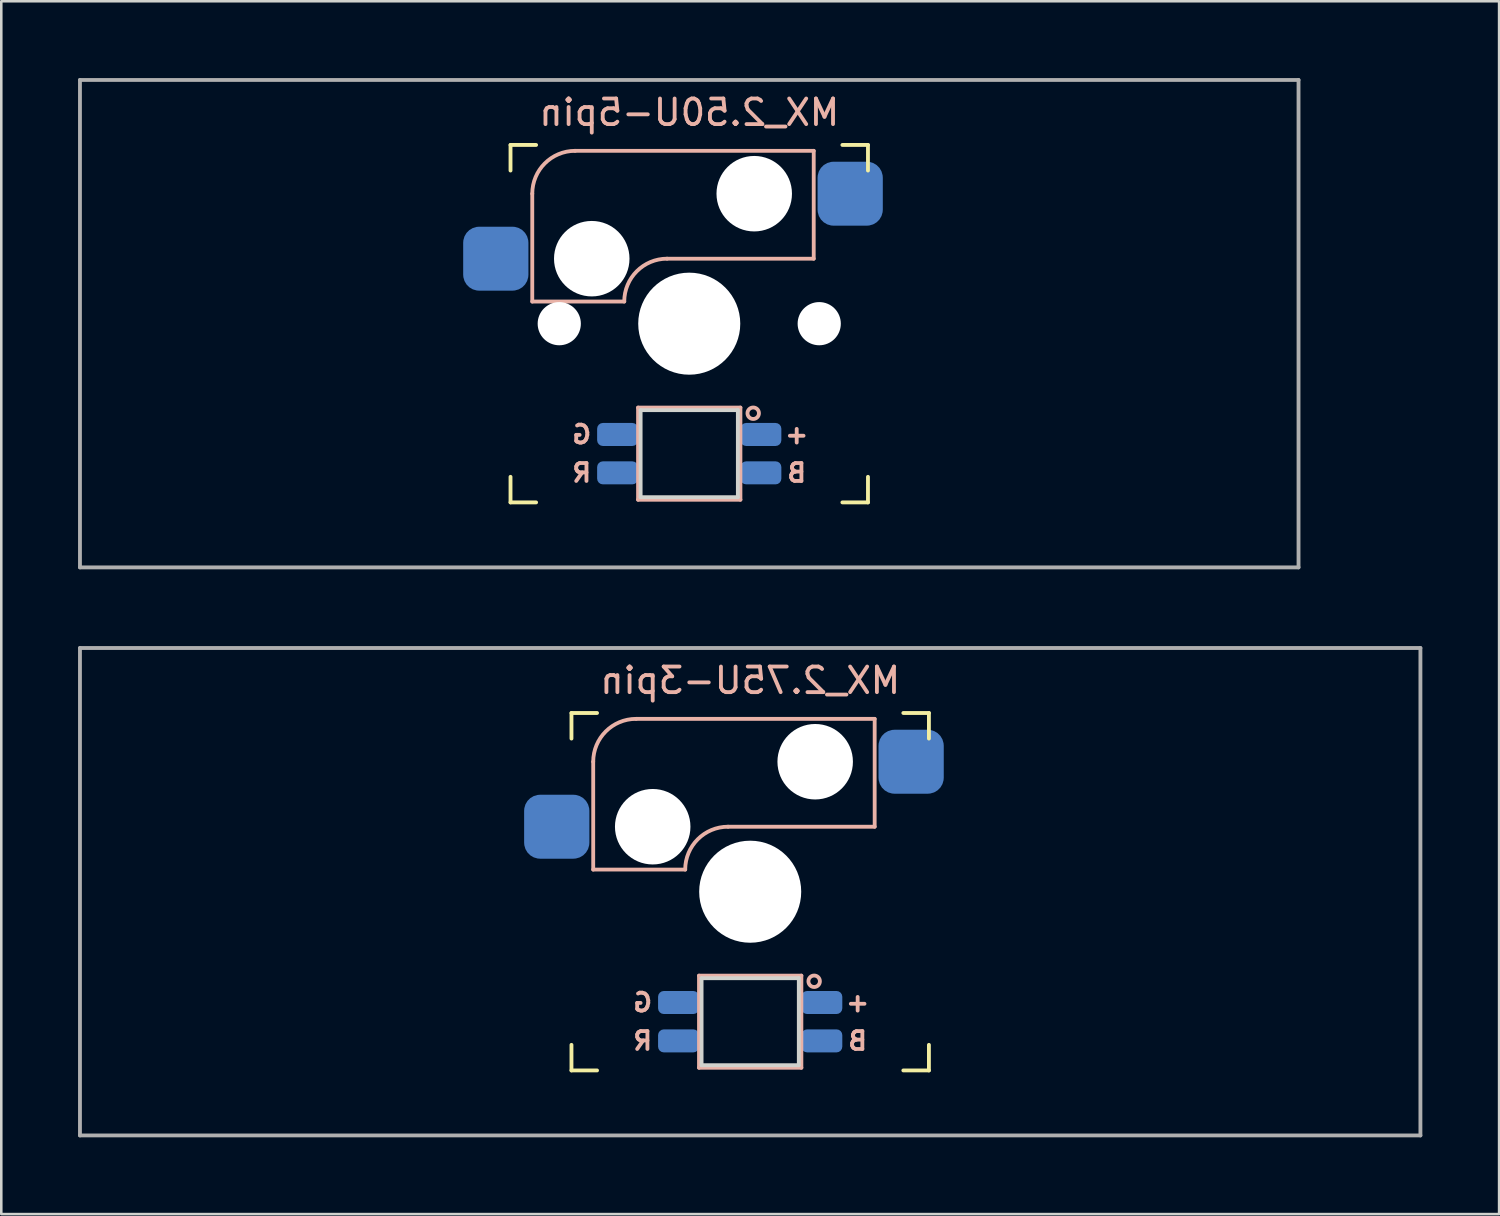
<source format=kicad_pcb>
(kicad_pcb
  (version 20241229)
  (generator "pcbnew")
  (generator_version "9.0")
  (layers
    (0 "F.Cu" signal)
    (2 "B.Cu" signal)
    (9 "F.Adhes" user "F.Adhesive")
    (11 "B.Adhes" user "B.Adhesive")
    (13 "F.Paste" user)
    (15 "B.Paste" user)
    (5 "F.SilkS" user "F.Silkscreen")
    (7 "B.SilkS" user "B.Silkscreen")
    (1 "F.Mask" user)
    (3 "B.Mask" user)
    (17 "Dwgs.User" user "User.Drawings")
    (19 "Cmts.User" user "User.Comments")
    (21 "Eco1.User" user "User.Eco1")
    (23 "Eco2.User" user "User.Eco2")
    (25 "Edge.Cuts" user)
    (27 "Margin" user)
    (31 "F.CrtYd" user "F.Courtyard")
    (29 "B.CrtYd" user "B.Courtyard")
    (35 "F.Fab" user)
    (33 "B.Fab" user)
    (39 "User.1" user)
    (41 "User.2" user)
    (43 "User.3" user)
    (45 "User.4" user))
  (footprint "MX_2.50U-5pin"
    (layer "F.Cu")
    (at 23.887 9.6)
    (property "Reference" "MX_2.50U-5pin" (at 0 -8.255 0) (layer "B.SilkS") (effects (font (size 1 1) (thickness 0.15)) (justify mirror)))
    (attr smd)
    (fp_line (start -6.985 -5.985) (end -6.985 -6.985) (stroke (width 0.15) (type solid)) (layer "F.SilkS"))
    (fp_line (start -6.985 6.985) (end -6.985 5.985) (stroke (width 0.15) (type solid)) (layer "F.SilkS"))
    (fp_line (start -6.985 6.985) (end -5.985 6.985) (stroke (width 0.15) (type solid)) (layer "F.SilkS"))
    (fp_line (start -5.985 -6.985) (end -6.985 -6.985) (stroke (width 0.15) (type solid)) (layer "F.SilkS"))
    (fp_line (start 5.985 6.985) (end 6.985 6.985) (stroke (width 0.15) (type solid)) (layer "F.SilkS"))
    (fp_line (start 6.985 -6.985) (end 5.985 -6.985) (stroke (width 0.15) (type solid)) (layer "F.SilkS"))
    (fp_line (start 6.985 -6.985) (end 6.985 -5.985) (stroke (width 0.15) (type solid)) (layer "F.SilkS"))
    (fp_line (start 6.985 5.985) (end 6.985 6.985) (stroke (width 0.15) (type solid)) (layer "F.SilkS"))
    (fp_line (start -6.135 -5.08) (end -6.135 -0.865) (stroke (width 0.15) (type solid)) (layer "B.SilkS"))
    (fp_line (start -6.135 -0.865) (end -2.54 -0.865) (stroke (width 0.15) (type solid)) (layer "B.SilkS"))
    (fp_line (start -4.46 -6.755) (end 4.865 -6.755) (stroke (width 0.15) (type solid)) (layer "B.SilkS"))
    (fp_line (start -2 3.28) (end -2 6.88) (stroke (width 0.15) (type solid)) (layer "B.SilkS"))
    (fp_line (start -2 6.88) (end 2 6.88) (stroke (width 0.15) (type solid)) (layer "B.SilkS"))
    (fp_line (start -0.865 -2.54) (end 4.865 -2.54) (stroke (width 0.15) (type solid)) (layer "B.SilkS"))
    (fp_line (start 2 3.28) (end -2 3.28) (stroke (width 0.15) (type solid)) (layer "B.SilkS"))
    (fp_line (start 2 6.88) (end 2 3.28) (stroke (width 0.15) (type solid)) (layer "B.SilkS"))
    (fp_line (start 4.865 -6.755) (end 4.865 -2.54) (stroke (width 0.15) (type solid)) (layer "B.SilkS"))
    (fp_arc (start -6.135 -5.08) (mid -5.644404 -6.264404) (end -4.46 -6.755) (stroke (width 0.15) (type solid)) (layer "B.SilkS"))
    (fp_arc (start -2.54 -0.865) (mid -2.049404 -2.049404) (end -0.865 -2.54) (stroke (width 0.15) (type solid)) (layer "B.SilkS"))
    (fp_circle (center 2.5 3.5) (end 2.724 3.5) (stroke (width 0.15) (type solid)) (fill no) (layer "B.SilkS"))
    (fp_line (start -6.985 6.985) (end -6.985 -6.985) (stroke (width 0.15) (type solid)) (layer "Eco2.User"))
    (fp_line (start -6.985 6.985) (end 6.985 6.985) (stroke (width 0.15) (type solid)) (layer "Eco2.User"))
    (fp_line (start 6.985 -6.985) (end -6.985 -6.985) (stroke (width 0.15) (type solid)) (layer "Eco2.User"))
    (fp_line (start 6.985 -6.985) (end 6.985 6.985) (stroke (width 0.15) (type solid)) (layer "Eco2.User"))
    (fp_line (start -1.9 3.38) (end -1.9 6.78) (stroke (width 0.15) (type solid)) (layer "Edge.Cuts"))
    (fp_line (start -1.9 3.38) (end 1.9 3.38) (stroke (width 0.15) (type solid)) (layer "Edge.Cuts"))
    (fp_line (start -1.9 6.78) (end 1.9 6.78) (stroke (width 0.15) (type solid)) (layer "Edge.Cuts"))
    (fp_line (start 1.9 3.38) (end 1.9 6.78) (stroke (width 0.15) (type solid)) (layer "Edge.Cuts"))
    (fp_line (start -23.812 -9.525) (end 23.812 -9.525) (stroke (width 0.15) (type solid)) (layer "F.Fab"))
    (fp_line (start -23.812 9.525) (end -23.812 -9.525) (stroke (width 0.15) (type solid)) (layer "F.Fab"))
    (fp_line (start 23.812 -9.525) (end 23.812 9.525) (stroke (width 0.15) (type solid)) (layer "F.Fab"))
    (fp_line (start 23.812 9.525) (end -23.812 9.525) (stroke (width 0.15) (type solid)) (layer "F.Fab"))
    (fp_text user "G" (at -4.2 4.33 0) (layer "B.SilkS") (effects (font (size 0.7 0.7) (thickness 0.15)) (justify mirror)))
    (fp_text user "+" (at 4.2 4.33 0) (layer "B.SilkS") (effects (font (size 0.7 0.7) (thickness 0.15)) (justify mirror)))
    (fp_text user "R" (at -4.2 5.83 0) (layer "B.SilkS") (effects (font (size 0.7 0.7) (thickness 0.15)) (justify mirror)))
    (fp_text user "B" (at 4.2 5.83 0) (layer "B.SilkS") (effects (font (size 0.7 0.7) (thickness 0.15)) (justify mirror)))
    (pad "" np_thru_hole circle (at -5.08 0) (size 1.688 1.688) (drill 1.688) (layers "*.Cu" "*.Mask"))
    (pad "" np_thru_hole circle (at -3.81 -2.54) (size 2.95 2.95) (drill 2.95) (layers "*.Cu" "*.Mask"))
    (pad "" np_thru_hole circle (at 0 0) (size 3.988 3.988) (drill 3.988) (layers "*.Cu" "*.Mask"))
    (pad "" np_thru_hole circle (at 2.54 -5.08) (size 2.95 2.95) (drill 2.95) (layers "*.Cu" "*.Mask"))
    (pad "" np_thru_hole circle (at 5.08 0) (size 1.688 1.688) (drill 1.688) (layers "*.Cu" "*.Mask"))
    (pad "1" smd roundrect (at 6.29 -5.08) (size 2.55 2.5) (layers "B.Cu" "B.Mask" "B.Paste") (roundrect_rratio 0.25))
    (pad "2" smd roundrect (at -7.56 -2.54) (size 2.55 2.5) (layers "B.Cu" "B.Mask" "B.Paste") (roundrect_rratio 0.25))
    (pad "3" smd roundrect (at 2.8 4.33) (size 1.6 0.9) (layers "B.Cu" "B.Mask" "B.Paste") (roundrect_rratio 0.25))
    (pad "4" smd roundrect (at -2.8 5.83) (size 1.6 0.9) (layers "B.Cu" "B.Mask" "B.Paste") (roundrect_rratio 0.25))
    (pad "5" smd roundrect (at -2.8 4.33) (size 1.6 0.9) (layers "B.Cu" "B.Mask" "B.Paste") (roundrect_rratio 0.25))
    (pad "6" smd roundrect (at 2.8 5.83) (size 1.6 0.9) (layers "B.Cu" "B.Mask" "B.Paste") (roundrect_rratio 0.25)))
  (footprint "MX_2.75U-3pin"
    (layer "F.Cu")
    (at 26.269 31.8)
    (property "Reference" "MX_2.75U-3pin" (at 0 -8.255 0) (layer "B.SilkS") (effects (font (size 1 1) (thickness 0.15)) (justify mirror)))
    (attr smd)
    (fp_line (start -6.985 -5.985) (end -6.985 -6.985) (stroke (width 0.15) (type solid)) (layer "F.SilkS"))
    (fp_line (start -6.985 6.985) (end -6.985 5.985) (stroke (width 0.15) (type solid)) (layer "F.SilkS"))
    (fp_line (start -6.985 6.985) (end -5.985 6.985) (stroke (width 0.15) (type solid)) (layer "F.SilkS"))
    (fp_line (start -5.985 -6.985) (end -6.985 -6.985) (stroke (width 0.15) (type solid)) (layer "F.SilkS"))
    (fp_line (start 5.985 6.985) (end 6.985 6.985) (stroke (width 0.15) (type solid)) (layer "F.SilkS"))
    (fp_line (start 6.985 -6.985) (end 5.985 -6.985) (stroke (width 0.15) (type solid)) (layer "F.SilkS"))
    (fp_line (start 6.985 -6.985) (end 6.985 -5.985) (stroke (width 0.15) (type solid)) (layer "F.SilkS"))
    (fp_line (start 6.985 5.985) (end 6.985 6.985) (stroke (width 0.15) (type solid)) (layer "F.SilkS"))
    (fp_line (start -6.135 -5.08) (end -6.135 -0.865) (stroke (width 0.15) (type solid)) (layer "B.SilkS"))
    (fp_line (start -6.135 -0.865) (end -2.54 -0.865) (stroke (width 0.15) (type solid)) (layer "B.SilkS"))
    (fp_line (start -4.46 -6.755) (end 4.865 -6.755) (stroke (width 0.15) (type solid)) (layer "B.SilkS"))
    (fp_line (start -2 3.28) (end -2 6.88) (stroke (width 0.15) (type solid)) (layer "B.SilkS"))
    (fp_line (start -2 6.88) (end 2 6.88) (stroke (width 0.15) (type solid)) (layer "B.SilkS"))
    (fp_line (start -0.865 -2.54) (end 4.865 -2.54) (stroke (width 0.15) (type solid)) (layer "B.SilkS"))
    (fp_line (start 2 3.28) (end -2 3.28) (stroke (width 0.15) (type solid)) (layer "B.SilkS"))
    (fp_line (start 2 6.88) (end 2 3.28) (stroke (width 0.15) (type solid)) (layer "B.SilkS"))
    (fp_line (start 4.865 -6.755) (end 4.865 -2.54) (stroke (width 0.15) (type solid)) (layer "B.SilkS"))
    (fp_arc (start -6.135 -5.08) (mid -5.644404 -6.264404) (end -4.46 -6.755) (stroke (width 0.15) (type solid)) (layer "B.SilkS"))
    (fp_arc (start -2.54 -0.865) (mid -2.049404 -2.049404) (end -0.865 -2.54) (stroke (width 0.15) (type solid)) (layer "B.SilkS"))
    (fp_circle (center 2.5 3.5) (end 2.724 3.5) (stroke (width 0.15) (type solid)) (fill no) (layer "B.SilkS"))
    (fp_line (start -6.985 6.985) (end -6.985 -6.985) (stroke (width 0.15) (type solid)) (layer "Eco2.User"))
    (fp_line (start -6.985 6.985) (end 6.985 6.985) (stroke (width 0.15) (type solid)) (layer "Eco2.User"))
    (fp_line (start 6.985 -6.985) (end -6.985 -6.985) (stroke (width 0.15) (type solid)) (layer "Eco2.User"))
    (fp_line (start 6.985 -6.985) (end 6.985 6.985) (stroke (width 0.15) (type solid)) (layer "Eco2.User"))
    (fp_line (start -1.9 3.38) (end -1.9 6.78) (stroke (width 0.15) (type solid)) (layer "Edge.Cuts"))
    (fp_line (start -1.9 3.38) (end 1.9 3.38) (stroke (width 0.15) (type solid)) (layer "Edge.Cuts"))
    (fp_line (start -1.9 6.78) (end 1.9 6.78) (stroke (width 0.15) (type solid)) (layer "Edge.Cuts"))
    (fp_line (start 1.9 3.38) (end 1.9 6.78) (stroke (width 0.15) (type solid)) (layer "Edge.Cuts"))
    (fp_line (start -26.194 -9.525) (end 26.194 -9.525) (stroke (width 0.15) (type solid)) (layer "F.Fab"))
    (fp_line (start -26.194 9.525) (end -26.194 -9.525) (stroke (width 0.15) (type solid)) (layer "F.Fab"))
    (fp_line (start 26.194 -9.525) (end 26.194 9.525) (stroke (width 0.15) (type solid)) (layer "F.Fab"))
    (fp_line (start 26.194 9.525) (end -26.194 9.525) (stroke (width 0.15) (type solid)) (layer "F.Fab"))
    (fp_text user "G" (at -4.2 4.33 0) (layer "B.SilkS") (effects (font (size 0.7 0.7) (thickness 0.15)) (justify mirror)))
    (fp_text user "R" (at -4.2 5.83 0) (layer "B.SilkS") (effects (font (size 0.7 0.7) (thickness 0.15)) (justify mirror)))
    (fp_text user "+" (at 4.2 4.33 0) (layer "B.SilkS") (effects (font (size 0.7 0.7) (thickness 0.15)) (justify mirror)))
    (fp_text user "B" (at 4.2 5.83 0) (layer "B.SilkS") (effects (font (size 0.7 0.7) (thickness 0.15)) (justify mirror)))
    (pad "" np_thru_hole circle (at -3.81 -2.54) (size 2.95 2.95) (drill 2.95) (layers "*.Cu" "*.Mask"))
    (pad "" np_thru_hole circle (at 0 0) (size 3.988 3.988) (drill 3.988) (layers "*.Cu" "*.Mask"))
    (pad "" np_thru_hole circle (at 2.54 -5.08) (size 2.95 2.95) (drill 2.95) (layers "*.Cu" "*.Mask"))
    (pad "1" smd roundrect (at 6.29 -5.08) (size 2.55 2.5) (layers "B.Cu" "B.Mask" "B.Paste") (roundrect_rratio 0.25))
    (pad "2" smd roundrect (at -7.56 -2.54) (size 2.55 2.5) (layers "B.Cu" "B.Mask" "B.Paste") (roundrect_rratio 0.25))
    (pad "3" smd roundrect (at 2.8 4.33) (size 1.6 0.9) (layers "B.Cu" "B.Mask" "B.Paste") (roundrect_rratio 0.25))
    (pad "4" smd roundrect (at -2.8 5.83) (size 1.6 0.9) (layers "B.Cu" "B.Mask" "B.Paste") (roundrect_rratio 0.25))
    (pad "5" smd roundrect (at -2.8 4.33) (size 1.6 0.9) (layers "B.Cu" "B.Mask" "B.Paste") (roundrect_rratio 0.25))
    (pad "6" smd roundrect (at 2.8 5.83) (size 1.6 0.9) (layers "B.Cu" "B.Mask" "B.Paste") (roundrect_rratio 0.25)))
  (gr_rect
    (start -3 -3)
    (end 55.538 44.4)
    (stroke (width 0.1) (type default))
    (fill no)
    (layer "Edge.Cuts")))
</source>
